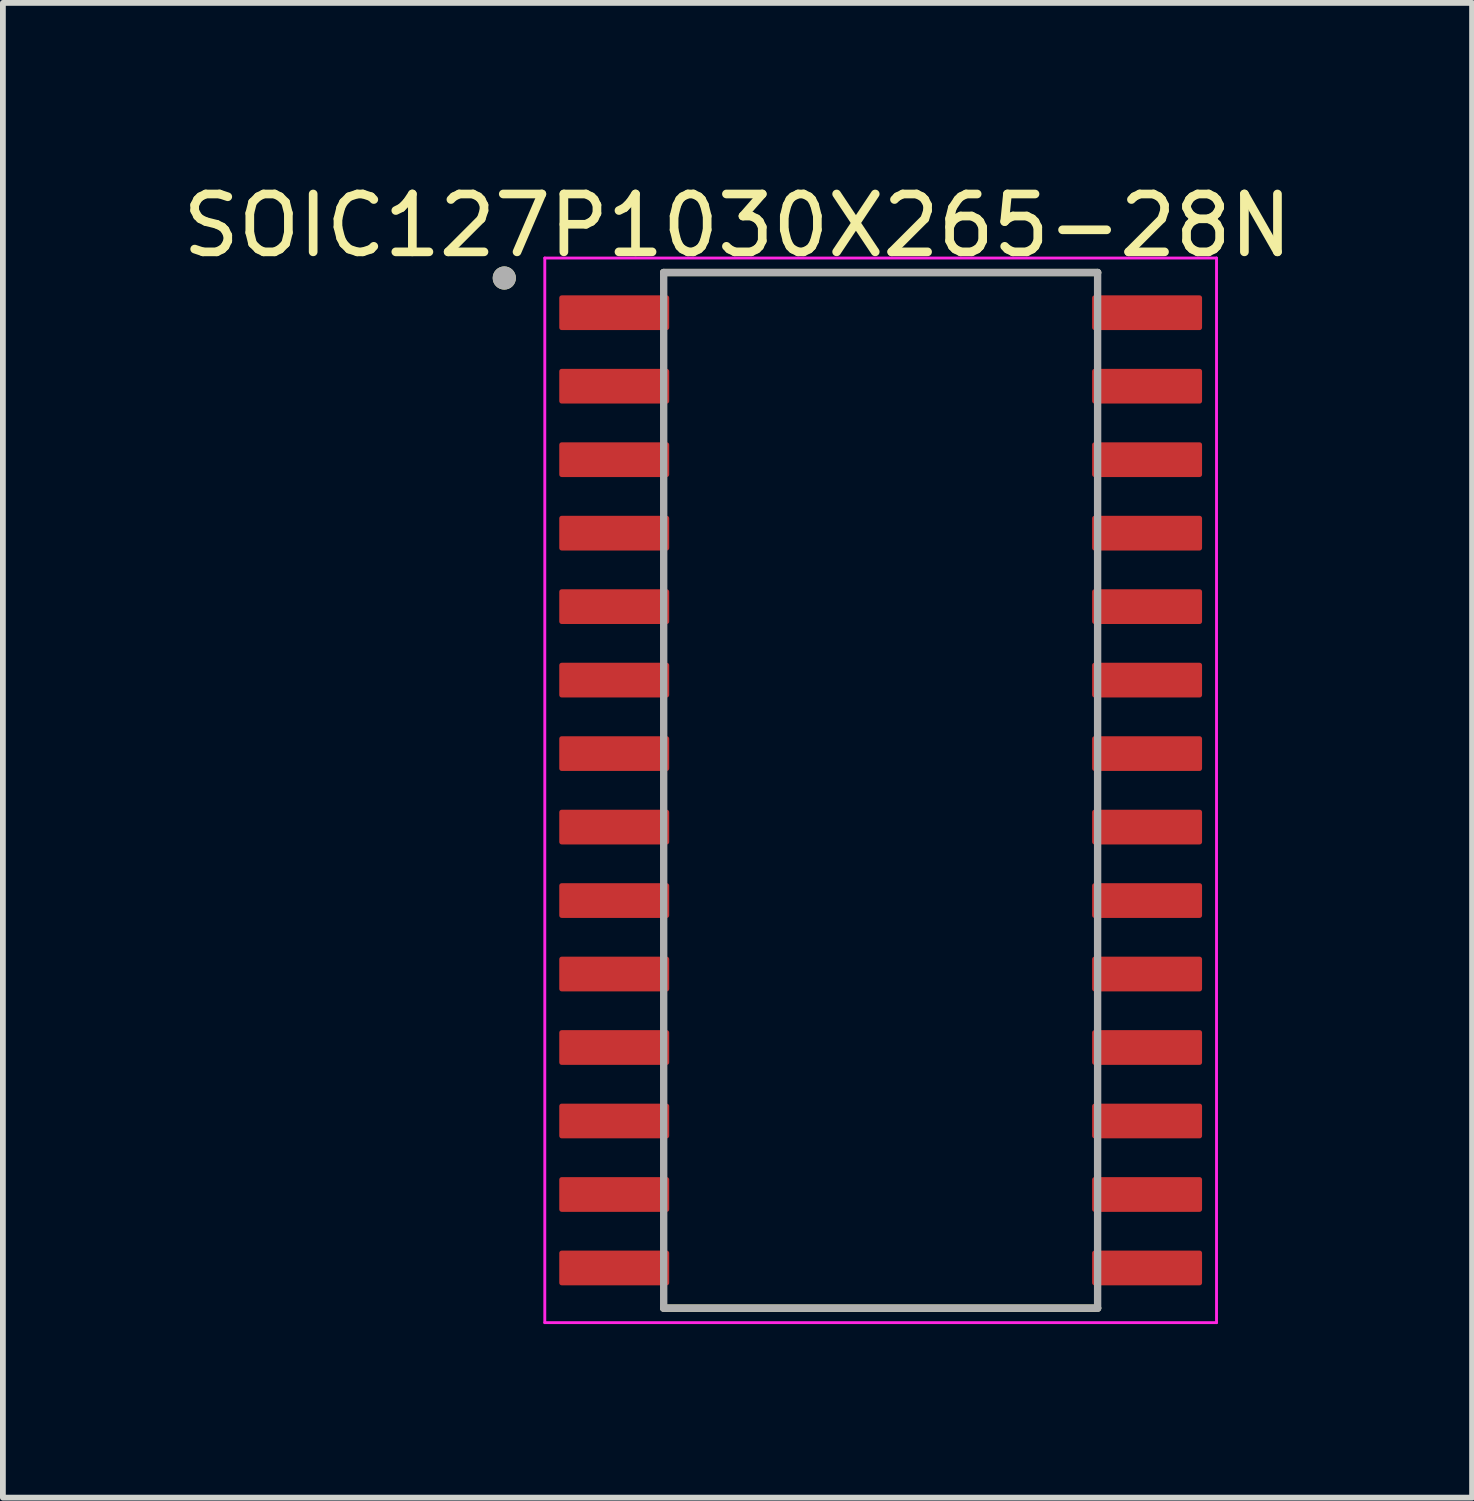
<source format=kicad_pcb>
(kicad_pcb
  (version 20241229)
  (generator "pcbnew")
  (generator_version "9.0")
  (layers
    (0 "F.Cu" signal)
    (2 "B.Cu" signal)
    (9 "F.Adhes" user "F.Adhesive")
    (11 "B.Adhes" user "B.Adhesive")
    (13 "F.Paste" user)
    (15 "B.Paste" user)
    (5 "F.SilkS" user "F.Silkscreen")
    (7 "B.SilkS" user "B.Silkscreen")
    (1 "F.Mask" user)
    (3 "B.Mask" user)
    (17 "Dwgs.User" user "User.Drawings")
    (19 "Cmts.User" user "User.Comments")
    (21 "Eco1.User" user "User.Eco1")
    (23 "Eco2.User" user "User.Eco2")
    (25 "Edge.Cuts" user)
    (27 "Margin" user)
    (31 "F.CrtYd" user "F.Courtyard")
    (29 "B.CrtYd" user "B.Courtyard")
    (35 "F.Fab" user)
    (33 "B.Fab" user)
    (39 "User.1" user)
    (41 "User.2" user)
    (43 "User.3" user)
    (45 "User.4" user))
  (footprint "SOIC127P1030X265-28N"
    (layer "F.Cu")
    (at 12.171 10.61)
    (property "Reference" "SOIC127P1030X265-28N" (at -2.475 -9.762 0) (layer "F.SilkS") (effects (font (size 1 1) (thickness 0.15))))
    (attr through_hole)
    (fp_line (start -3.75 -8.95) (end 3.75 -8.95) (stroke (width 0.127) (type solid)) (layer "F.SilkS"))
    (fp_line (start -3.75 8.95) (end 3.75 8.95) (stroke (width 0.127) (type solid)) (layer "F.SilkS"))
    (fp_circle (center -6.505 -8.855) (end -6.405 -8.855) (stroke (width 0.2) (type solid)) (fill no) (layer "F.SilkS"))
    (fp_line (start -5.805 -9.2) (end -5.805 9.2) (stroke (width 0.05) (type solid)) (layer "F.CrtYd"))
    (fp_line (start -5.805 -9.2) (end 5.805 -9.2) (stroke (width 0.05) (type solid)) (layer "F.CrtYd"))
    (fp_line (start -5.805 9.2) (end 5.805 9.2) (stroke (width 0.05) (type solid)) (layer "F.CrtYd"))
    (fp_line (start 5.805 -9.2) (end 5.805 9.2) (stroke (width 0.05) (type solid)) (layer "F.CrtYd"))
    (fp_line (start -3.75 -8.95) (end -3.75 8.95) (stroke (width 0.127) (type solid)) (layer "F.Fab"))
    (fp_line (start -3.75 -8.95) (end 3.75 -8.95) (stroke (width 0.127) (type solid)) (layer "F.Fab"))
    (fp_line (start -3.75 8.95) (end 3.75 8.95) (stroke (width 0.127) (type solid)) (layer "F.Fab"))
    (fp_line (start 3.75 -8.95) (end 3.75 8.95) (stroke (width 0.127) (type solid)) (layer "F.Fab"))
    (fp_circle (center -6.505 -8.855) (end -6.405 -8.855) (stroke (width 0.2) (type solid)) (fill no) (layer "F.Fab"))
    (pad "1" smd roundrect (at -4.605 -8.255) (size 1.9 0.6) (layers "F.Cu" "F.Mask" "F.Paste") (roundrect_rratio 0.07))
    (pad "2" smd roundrect (at -4.605 -6.985) (size 1.9 0.6) (layers "F.Cu" "F.Mask" "F.Paste") (roundrect_rratio 0.07))
    (pad "3" smd roundrect (at -4.605 -5.715) (size 1.9 0.6) (layers "F.Cu" "F.Mask" "F.Paste") (roundrect_rratio 0.07))
    (pad "4" smd roundrect (at -4.605 -4.445) (size 1.9 0.6) (layers "F.Cu" "F.Mask" "F.Paste") (roundrect_rratio 0.07))
    (pad "5" smd roundrect (at -4.605 -3.175) (size 1.9 0.6) (layers "F.Cu" "F.Mask" "F.Paste") (roundrect_rratio 0.07))
    (pad "6" smd roundrect (at -4.605 -1.905) (size 1.9 0.6) (layers "F.Cu" "F.Mask" "F.Paste") (roundrect_rratio 0.07))
    (pad "7" smd roundrect (at -4.605 -0.635) (size 1.9 0.6) (layers "F.Cu" "F.Mask" "F.Paste") (roundrect_rratio 0.07))
    (pad "8" smd roundrect (at -4.605 0.635) (size 1.9 0.6) (layers "F.Cu" "F.Mask" "F.Paste") (roundrect_rratio 0.07))
    (pad "9" smd roundrect (at -4.605 1.905) (size 1.9 0.6) (layers "F.Cu" "F.Mask" "F.Paste") (roundrect_rratio 0.07))
    (pad "10" smd roundrect (at -4.605 3.175) (size 1.9 0.6) (layers "F.Cu" "F.Mask" "F.Paste") (roundrect_rratio 0.07))
    (pad "11" smd roundrect (at -4.605 4.445) (size 1.9 0.6) (layers "F.Cu" "F.Mask" "F.Paste") (roundrect_rratio 0.07))
    (pad "12" smd roundrect (at -4.605 5.715) (size 1.9 0.6) (layers "F.Cu" "F.Mask" "F.Paste") (roundrect_rratio 0.07))
    (pad "13" smd roundrect (at -4.605 6.985) (size 1.9 0.6) (layers "F.Cu" "F.Mask" "F.Paste") (roundrect_rratio 0.07))
    (pad "14" smd roundrect (at -4.605 8.255) (size 1.9 0.6) (layers "F.Cu" "F.Mask" "F.Paste") (roundrect_rratio 0.07))
    (pad "15" smd roundrect (at 4.605 8.255) (size 1.9 0.6) (layers "F.Cu" "F.Mask" "F.Paste") (roundrect_rratio 0.07))
    (pad "16" smd roundrect (at 4.605 6.985) (size 1.9 0.6) (layers "F.Cu" "F.Mask" "F.Paste") (roundrect_rratio 0.07))
    (pad "17" smd roundrect (at 4.605 5.715) (size 1.9 0.6) (layers "F.Cu" "F.Mask" "F.Paste") (roundrect_rratio 0.07))
    (pad "18" smd roundrect (at 4.605 4.445) (size 1.9 0.6) (layers "F.Cu" "F.Mask" "F.Paste") (roundrect_rratio 0.07))
    (pad "19" smd roundrect (at 4.605 3.175) (size 1.9 0.6) (layers "F.Cu" "F.Mask" "F.Paste") (roundrect_rratio 0.07))
    (pad "20" smd roundrect (at 4.605 1.905) (size 1.9 0.6) (layers "F.Cu" "F.Mask" "F.Paste") (roundrect_rratio 0.07))
    (pad "21" smd roundrect (at 4.605 0.635) (size 1.9 0.6) (layers "F.Cu" "F.Mask" "F.Paste") (roundrect_rratio 0.07))
    (pad "22" smd roundrect (at 4.605 -0.635) (size 1.9 0.6) (layers "F.Cu" "F.Mask" "F.Paste") (roundrect_rratio 0.07))
    (pad "23" smd roundrect (at 4.605 -1.905) (size 1.9 0.6) (layers "F.Cu" "F.Mask" "F.Paste") (roundrect_rratio 0.07))
    (pad "24" smd roundrect (at 4.605 -3.175) (size 1.9 0.6) (layers "F.Cu" "F.Mask" "F.Paste") (roundrect_rratio 0.07))
    (pad "25" smd roundrect (at 4.605 -4.445) (size 1.9 0.6) (layers "F.Cu" "F.Mask" "F.Paste") (roundrect_rratio 0.07))
    (pad "26" smd roundrect (at 4.605 -5.715) (size 1.9 0.6) (layers "F.Cu" "F.Mask" "F.Paste") (roundrect_rratio 0.07))
    (pad "27" smd roundrect (at 4.605 -6.985) (size 1.9 0.6) (layers "F.Cu" "F.Mask" "F.Paste") (roundrect_rratio 0.07))
    (pad "28" smd roundrect (at 4.605 -8.255) (size 1.9 0.6) (layers "F.Cu" "F.Mask" "F.Paste") (roundrect_rratio 0.07)))
  (gr_rect
    (start -3 -3)
    (end 22.393 22.835)
    (stroke (width 0.1) (type default))
    (fill no)
    (layer "Edge.Cuts")))
</source>
